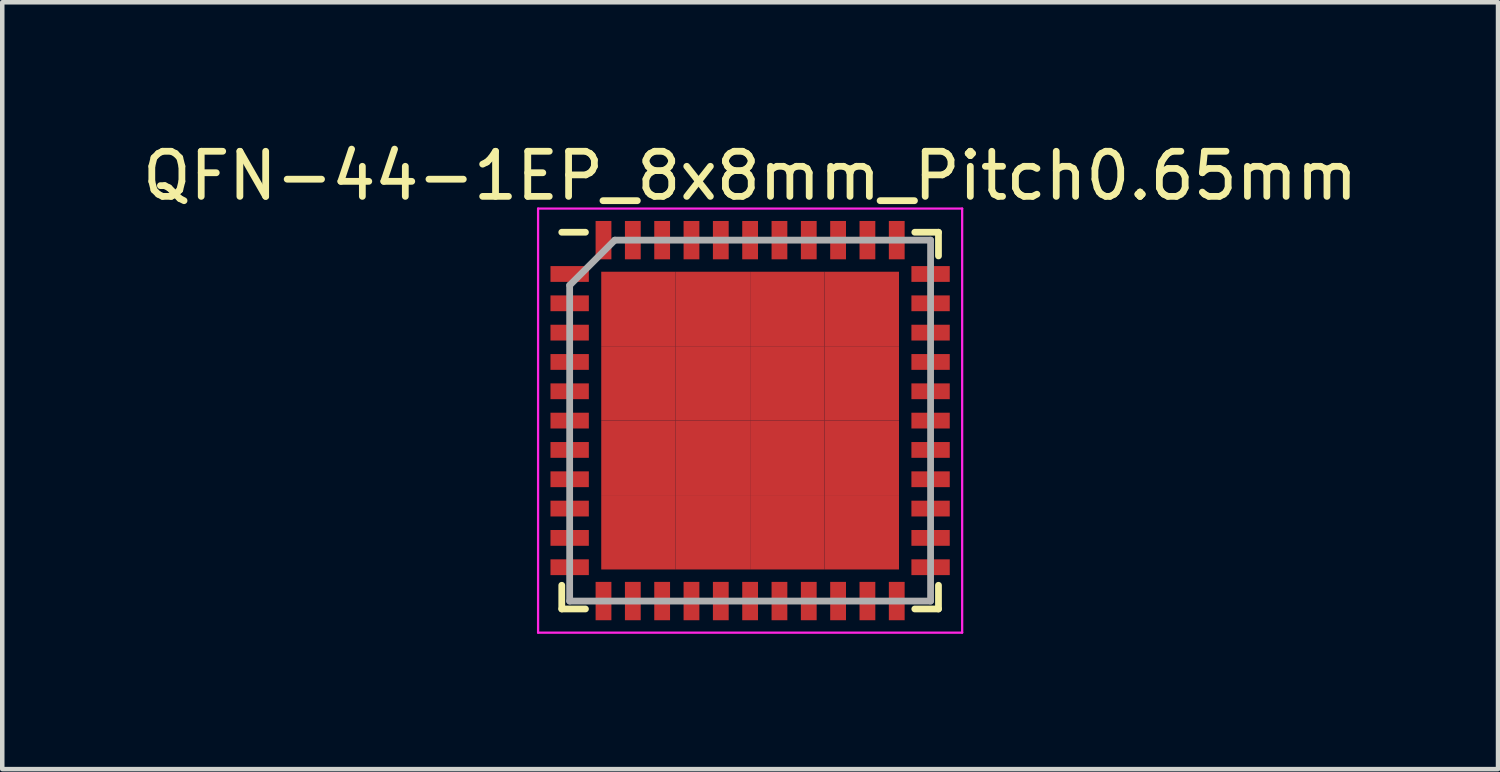
<source format=kicad_pcb>
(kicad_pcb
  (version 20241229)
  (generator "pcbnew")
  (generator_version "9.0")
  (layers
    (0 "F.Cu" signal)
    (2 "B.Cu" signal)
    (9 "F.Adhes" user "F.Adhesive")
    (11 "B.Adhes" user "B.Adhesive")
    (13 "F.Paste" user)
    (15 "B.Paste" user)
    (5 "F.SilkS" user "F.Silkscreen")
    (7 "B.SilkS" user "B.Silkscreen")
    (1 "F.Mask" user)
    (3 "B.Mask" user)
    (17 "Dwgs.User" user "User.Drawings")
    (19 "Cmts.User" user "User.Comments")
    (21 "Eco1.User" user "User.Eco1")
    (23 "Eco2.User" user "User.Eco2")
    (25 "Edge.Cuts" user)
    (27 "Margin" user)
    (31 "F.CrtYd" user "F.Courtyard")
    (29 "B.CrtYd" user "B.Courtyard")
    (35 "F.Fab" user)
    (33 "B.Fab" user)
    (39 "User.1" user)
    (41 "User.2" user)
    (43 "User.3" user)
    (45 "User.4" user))
  (footprint "QFN-44-1EP_8x8mm_Pitch0.65mm"
    (layer "F.Cu")
    (at 13.577 6.273)
    (property "Reference" "QFN-44-1EP_8x8mm_Pitch0.65mm" (at 0 -5.425 0) (layer "F.SilkS") (effects (font (size 1 1) (thickness 0.15))))
    (attr smd)
    (fp_line (start -4.175 -4.175) (end -3.65 -4.175) (stroke (width 0.15) (type solid)) (layer "F.SilkS"))
    (fp_line (start -4.175 4.175) (end -4.175 3.65) (stroke (width 0.15) (type solid)) (layer "F.SilkS"))
    (fp_line (start -4.175 4.175) (end -3.65 4.175) (stroke (width 0.15) (type solid)) (layer "F.SilkS"))
    (fp_line (start 4.175 -4.175) (end 3.65 -4.175) (stroke (width 0.15) (type solid)) (layer "F.SilkS"))
    (fp_line (start 4.175 -4.175) (end 4.175 -3.65) (stroke (width 0.15) (type solid)) (layer "F.SilkS"))
    (fp_line (start 4.175 4.175) (end 3.65 4.175) (stroke (width 0.15) (type solid)) (layer "F.SilkS"))
    (fp_line (start 4.175 4.175) (end 4.175 3.65) (stroke (width 0.15) (type solid)) (layer "F.SilkS"))
    (fp_line (start -4.7 -4.7) (end -4.7 4.7) (stroke (width 0.05) (type solid)) (layer "F.CrtYd"))
    (fp_line (start -4.7 -4.7) (end 4.7 -4.7) (stroke (width 0.05) (type solid)) (layer "F.CrtYd"))
    (fp_line (start -4.7 4.7) (end 4.7 4.7) (stroke (width 0.05) (type solid)) (layer "F.CrtYd"))
    (fp_line (start 4.7 -4.7) (end 4.7 4.7) (stroke (width 0.05) (type solid)) (layer "F.CrtYd"))
    (fp_line (start -4 -3) (end -3 -4) (stroke (width 0.15) (type solid)) (layer "F.Fab"))
    (fp_line (start -4 4) (end -4 -3) (stroke (width 0.15) (type solid)) (layer "F.Fab"))
    (fp_line (start -3 -4) (end 4 -4) (stroke (width 0.15) (type solid)) (layer "F.Fab"))
    (fp_line (start 4 -4) (end 4 4) (stroke (width 0.15) (type solid)) (layer "F.Fab"))
    (fp_line (start 4 4) (end -4 4) (stroke (width 0.15) (type solid)) (layer "F.Fab"))
    (pad "1" smd rect (at -4 -3.25) (size 0.85 0.35) (layers "F.Cu" "F.Mask" "F.Paste"))
    (pad "2" smd rect (at -4 -2.6) (size 0.85 0.35) (layers "F.Cu" "F.Mask" "F.Paste"))
    (pad "3" smd rect (at -4 -1.95) (size 0.85 0.35) (layers "F.Cu" "F.Mask" "F.Paste"))
    (pad "4" smd rect (at -4 -1.3) (size 0.85 0.35) (layers "F.Cu" "F.Mask" "F.Paste"))
    (pad "5" smd rect (at -4 -0.65) (size 0.85 0.35) (layers "F.Cu" "F.Mask" "F.Paste"))
    (pad "6" smd rect (at -4 0) (size 0.85 0.35) (layers "F.Cu" "F.Mask" "F.Paste"))
    (pad "7" smd rect (at -4 0.65) (size 0.85 0.35) (layers "F.Cu" "F.Mask" "F.Paste"))
    (pad "8" smd rect (at -4 1.3) (size 0.85 0.35) (layers "F.Cu" "F.Mask" "F.Paste"))
    (pad "9" smd rect (at -4 1.95) (size 0.85 0.35) (layers "F.Cu" "F.Mask" "F.Paste"))
    (pad "10" smd rect (at -4 2.6) (size 0.85 0.35) (layers "F.Cu" "F.Mask" "F.Paste"))
    (pad "11" smd rect (at -4 3.25) (size 0.85 0.35) (layers "F.Cu" "F.Mask" "F.Paste"))
    (pad "12" smd rect (at -3.25 4 90) (size 0.85 0.35) (layers "F.Cu" "F.Mask" "F.Paste"))
    (pad "13" smd rect (at -2.6 4 90) (size 0.85 0.35) (layers "F.Cu" "F.Mask" "F.Paste"))
    (pad "14" smd rect (at -1.95 4 90) (size 0.85 0.35) (layers "F.Cu" "F.Mask" "F.Paste"))
    (pad "15" smd rect (at -1.3 4 90) (size 0.85 0.35) (layers "F.Cu" "F.Mask" "F.Paste"))
    (pad "16" smd rect (at -0.65 4 90) (size 0.85 0.35) (layers "F.Cu" "F.Mask" "F.Paste"))
    (pad "17" smd rect (at 0 4 90) (size 0.85 0.35) (layers "F.Cu" "F.Mask" "F.Paste"))
    (pad "18" smd rect (at 0.65 4 90) (size 0.85 0.35) (layers "F.Cu" "F.Mask" "F.Paste"))
    (pad "19" smd rect (at 1.3 4 90) (size 0.85 0.35) (layers "F.Cu" "F.Mask" "F.Paste"))
    (pad "20" smd rect (at 1.95 4 90) (size 0.85 0.35) (layers "F.Cu" "F.Mask" "F.Paste"))
    (pad "21" smd rect (at 2.6 4 90) (size 0.85 0.35) (layers "F.Cu" "F.Mask" "F.Paste"))
    (pad "22" smd rect (at 3.25 4 90) (size 0.85 0.35) (layers "F.Cu" "F.Mask" "F.Paste"))
    (pad "23" smd rect (at 4 3.25) (size 0.85 0.35) (layers "F.Cu" "F.Mask" "F.Paste"))
    (pad "24" smd rect (at 4 2.6) (size 0.85 0.35) (layers "F.Cu" "F.Mask" "F.Paste"))
    (pad "25" smd rect (at 4 1.95) (size 0.85 0.35) (layers "F.Cu" "F.Mask" "F.Paste"))
    (pad "26" smd rect (at 4 1.3) (size 0.85 0.35) (layers "F.Cu" "F.Mask" "F.Paste"))
    (pad "27" smd rect (at 4 0.65) (size 0.85 0.35) (layers "F.Cu" "F.Mask" "F.Paste"))
    (pad "28" smd rect (at 4 0) (size 0.85 0.35) (layers "F.Cu" "F.Mask" "F.Paste"))
    (pad "29" smd rect (at 4 -0.65) (size 0.85 0.35) (layers "F.Cu" "F.Mask" "F.Paste"))
    (pad "30" smd rect (at 4 -1.3) (size 0.85 0.35) (layers "F.Cu" "F.Mask" "F.Paste"))
    (pad "31" smd rect (at 4 -1.95) (size 0.85 0.35) (layers "F.Cu" "F.Mask" "F.Paste"))
    (pad "32" smd rect (at 4 -2.6) (size 0.85 0.35) (layers "F.Cu" "F.Mask" "F.Paste"))
    (pad "33" smd rect (at 4 -3.25) (size 0.85 0.35) (layers "F.Cu" "F.Mask" "F.Paste"))
    (pad "34" smd rect (at 3.25 -4 90) (size 0.85 0.35) (layers "F.Cu" "F.Mask" "F.Paste"))
    (pad "35" smd rect (at 2.6 -4 90) (size 0.85 0.35) (layers "F.Cu" "F.Mask" "F.Paste"))
    (pad "36" smd rect (at 1.95 -4 90) (size 0.85 0.35) (layers "F.Cu" "F.Mask" "F.Paste"))
    (pad "37" smd rect (at 1.3 -4 90) (size 0.85 0.35) (layers "F.Cu" "F.Mask" "F.Paste"))
    (pad "38" smd rect (at 0.65 -4 90) (size 0.85 0.35) (layers "F.Cu" "F.Mask" "F.Paste"))
    (pad "39" smd rect (at 0 -4 90) (size 0.85 0.35) (layers "F.Cu" "F.Mask" "F.Paste"))
    (pad "40" smd rect (at -0.65 -4 90) (size 0.85 0.35) (layers "F.Cu" "F.Mask" "F.Paste"))
    (pad "41" smd rect (at -1.3 -4 90) (size 0.85 0.35) (layers "F.Cu" "F.Mask" "F.Paste"))
    (pad "42" smd rect (at -1.95 -4 90) (size 0.85 0.35) (layers "F.Cu" "F.Mask" "F.Paste"))
    (pad "43" smd rect (at -2.6 -4 90) (size 0.85 0.35) (layers "F.Cu" "F.Mask" "F.Paste"))
    (pad "44" smd rect (at -3.25 -4 90) (size 0.85 0.35) (layers "F.Cu" "F.Mask" "F.Paste"))
    (pad "45" smd rect (at -2.475 -2.475) (size 1.65 1.65) (layers "F.Cu" "F.Mask" "F.Paste"))
    (pad "45" smd rect (at -2.475 -0.825) (size 1.65 1.65) (layers "F.Cu" "F.Mask" "F.Paste"))
    (pad "45" smd rect (at -2.475 0.825) (size 1.65 1.65) (layers "F.Cu" "F.Mask" "F.Paste"))
    (pad "45" smd rect (at -2.475 2.475) (size 1.65 1.65) (layers "F.Cu" "F.Mask" "F.Paste"))
    (pad "45" smd rect (at -0.825 -2.475) (size 1.65 1.65) (layers "F.Cu" "F.Mask" "F.Paste"))
    (pad "45" smd rect (at -0.825 -0.825) (size 1.65 1.65) (layers "F.Cu" "F.Mask" "F.Paste"))
    (pad "45" smd rect (at -0.825 0.825) (size 1.65 1.65) (layers "F.Cu" "F.Mask" "F.Paste"))
    (pad "45" smd rect (at -0.825 2.475) (size 1.65 1.65) (layers "F.Cu" "F.Mask" "F.Paste"))
    (pad "45" smd rect (at 0.825 -2.475) (size 1.65 1.65) (layers "F.Cu" "F.Mask" "F.Paste"))
    (pad "45" smd rect (at 0.825 -0.825) (size 1.65 1.65) (layers "F.Cu" "F.Mask" "F.Paste"))
    (pad "45" smd rect (at 0.825 0.825) (size 1.65 1.65) (layers "F.Cu" "F.Mask" "F.Paste"))
    (pad "45" smd rect (at 0.825 2.475) (size 1.65 1.65) (layers "F.Cu" "F.Mask" "F.Paste"))
    (pad "45" smd rect (at 2.475 -2.475) (size 1.65 1.65) (layers "F.Cu" "F.Mask" "F.Paste"))
    (pad "45" smd rect (at 2.475 -0.825) (size 1.65 1.65) (layers "F.Cu" "F.Mask" "F.Paste"))
    (pad "45" smd rect (at 2.475 0.825) (size 1.65 1.65) (layers "F.Cu" "F.Mask" "F.Paste"))
    (pad "45" smd rect (at 2.475 2.475) (size 1.65 1.65) (layers "F.Cu" "F.Mask" "F.Paste")))
  (gr_rect
    (start -3 -3)
    (end 30.155 13.998)
    (stroke (width 0.1) (type default))
    (fill no)
    (layer "Edge.Cuts")))
</source>
